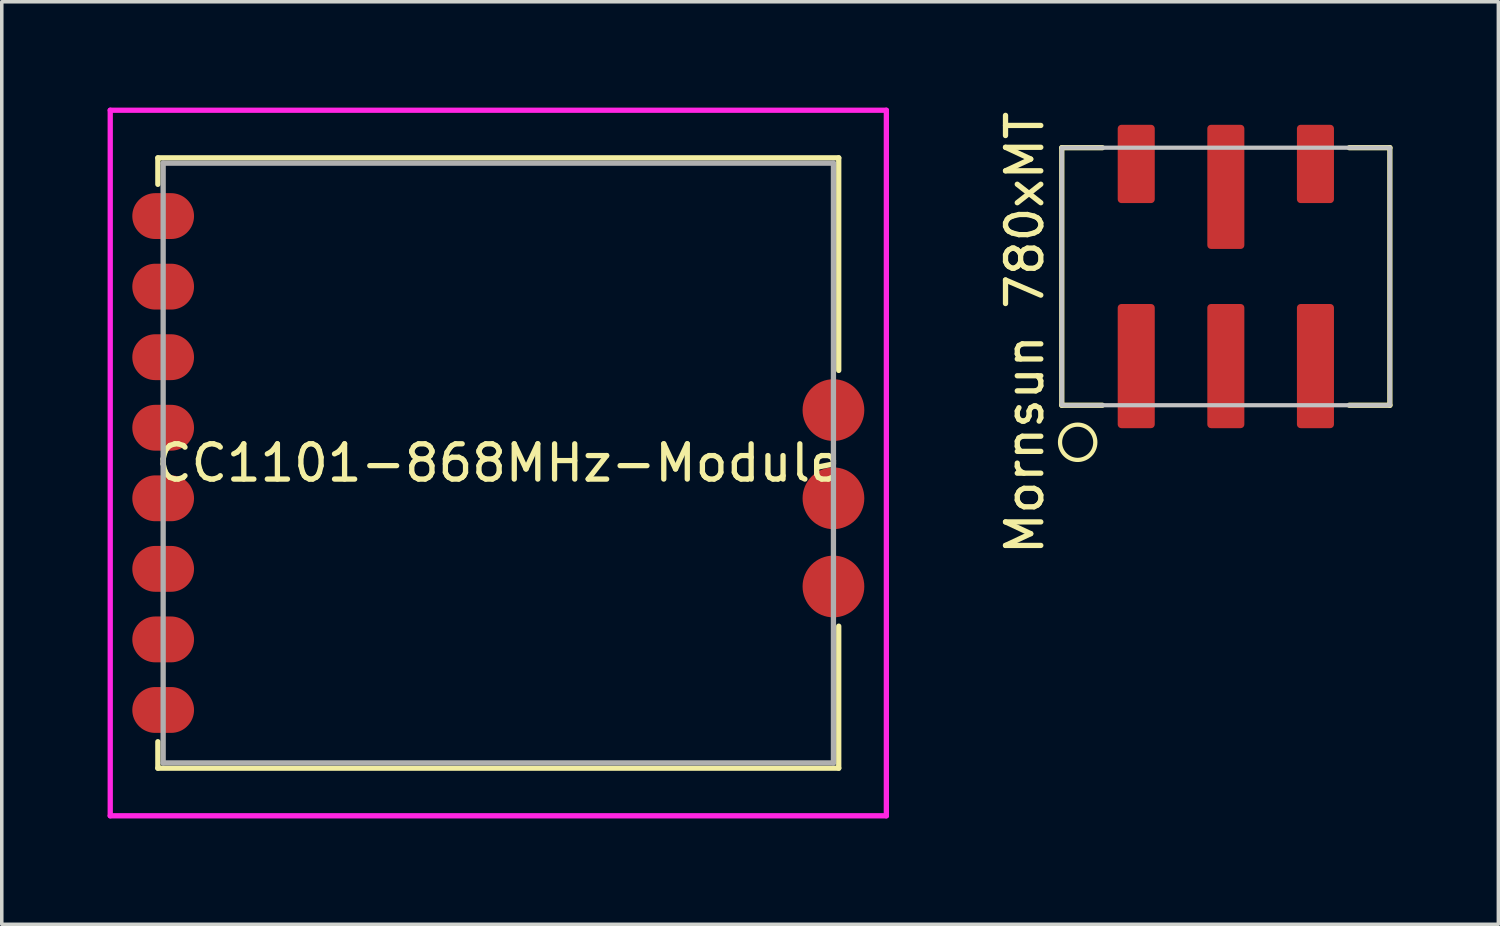
<source format=kicad_pcb>
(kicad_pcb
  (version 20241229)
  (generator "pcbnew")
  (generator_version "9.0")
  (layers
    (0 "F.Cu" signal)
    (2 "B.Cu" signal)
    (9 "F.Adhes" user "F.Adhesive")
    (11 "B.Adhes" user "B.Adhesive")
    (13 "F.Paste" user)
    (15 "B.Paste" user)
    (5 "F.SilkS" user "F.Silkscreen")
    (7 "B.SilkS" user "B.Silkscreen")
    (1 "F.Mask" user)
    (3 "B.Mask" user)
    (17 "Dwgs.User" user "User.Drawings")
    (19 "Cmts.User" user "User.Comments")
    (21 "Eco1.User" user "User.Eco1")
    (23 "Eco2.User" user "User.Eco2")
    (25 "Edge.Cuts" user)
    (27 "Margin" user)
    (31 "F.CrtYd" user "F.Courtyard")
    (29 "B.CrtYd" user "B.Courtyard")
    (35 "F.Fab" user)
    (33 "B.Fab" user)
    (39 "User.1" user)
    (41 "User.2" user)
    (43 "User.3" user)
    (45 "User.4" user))
  (footprint "Mornsun 780xMT"
    (layer "F.Cu")
    (at 31.698 4.787)
    (property "Reference" "Mornsun 780xMT" (at -5.7 1.6 90) (unlocked yes) (layer "F.SilkS") (effects (font (size 1 1) (thickness 0.15))))
    (attr smd)
    (fp_line (start -4.65 -3.65) (end -4.65 3.65) (stroke (width 0.15) (type solid)) (layer "F.SilkS"))
    (fp_line (start -4.65 3.65) (end -3.5 3.65) (stroke (width 0.15) (type solid)) (layer "F.SilkS"))
    (fp_line (start -3.5 -3.65) (end -4.65 -3.65) (stroke (width 0.15) (type solid)) (layer "F.SilkS"))
    (fp_line (start 3.5 3.65) (end 4.65 3.65) (stroke (width 0.15) (type solid)) (layer "F.SilkS"))
    (fp_line (start 4.65 -3.65) (end 3.5 -3.65) (stroke (width 0.15) (type solid)) (layer "F.SilkS"))
    (fp_line (start 4.65 3.65) (end 4.65 -3.65) (stroke (width 0.15) (type solid)) (layer "F.SilkS"))
    (fp_circle (center -4.2 4.7) (end -3.7 4.7) (stroke (width 0.12) (type solid)) (fill no) (layer "F.SilkS"))
    (fp_rect (start -4.65 -3.65) (end 4.65 3.65) (stroke (width 0.12) (type solid)) (fill no) (layer "Dwgs.User"))
    (pad "1" smd roundrect (at -2.54 2.54) (size 1.05 3.52) (layers "F.Cu" "F.Mask" "F.Paste") (roundrect_rratio 0.1))
    (pad "2" smd roundrect (at 0 2.54) (size 1.05 3.52) (layers "F.Cu" "F.Mask" "F.Paste") (roundrect_rratio 0.1))
    (pad "3" smd roundrect (at 2.54 2.54) (size 1.05 3.52) (layers "F.Cu" "F.Mask" "F.Paste") (roundrect_rratio 0.1))
    (pad "4" smd roundrect (at 2.54 -3.19) (size 1.05 2.22) (layers "F.Cu" "F.Mask" "F.Paste") (roundrect_rratio 0.1))
    (pad "5" smd roundrect (at 0 -2.54) (size 1.05 3.52) (layers "F.Cu" "F.Mask" "F.Paste") (roundrect_rratio 0.1))
    (pad "6" smd roundrect (at -2.54 -3.19) (size 1.05 2.22) (layers "F.Cu" "F.Mask" "F.Paste") (roundrect_rratio 0.1)))
  (footprint "CC1101-868MHz-Module"
    (layer "F.Cu")
    (at 11.075 10.075)
    (property "Reference" "CC1101-868MHz-Module" (at 0 0 0) (layer "F.SilkS") (effects (font (size 1 1) (thickness 0.15))))
    (attr through_hole)
    (fp_line (start -9.65 -8.65) (end 9.65 -8.65) (stroke (width 0.15) (type solid)) (layer "F.SilkS"))
    (fp_line (start -9.65 -7.9) (end -9.65 -8.65) (stroke (width 0.15) (type solid)) (layer "F.SilkS"))
    (fp_line (start -9.65 8.65) (end -9.65 7.9) (stroke (width 0.15) (type solid)) (layer "F.SilkS"))
    (fp_line (start 9.65 -8.65) (end 9.65 -2.625) (stroke (width 0.15) (type solid)) (layer "F.SilkS"))
    (fp_line (start 9.65 4.625) (end 9.65 8.65) (stroke (width 0.15) (type solid)) (layer "F.SilkS"))
    (fp_line (start 9.65 8.65) (end -9.65 8.65) (stroke (width 0.15) (type solid)) (layer "F.SilkS"))
    (fp_line (start -11 -10) (end 11 -10) (stroke (width 0.15) (type solid)) (layer "F.CrtYd"))
    (fp_line (start -11 10) (end -11 -10) (stroke (width 0.15) (type solid)) (layer "F.CrtYd"))
    (fp_line (start 11 -10) (end 11 10) (stroke (width 0.15) (type solid)) (layer "F.CrtYd"))
    (fp_line (start 11 10) (end -11 10) (stroke (width 0.15) (type solid)) (layer "F.CrtYd"))
    (fp_line (start -9.5 -8.5) (end 9.5 -8.5) (stroke (width 0.15) (type solid)) (layer "F.Fab"))
    (fp_line (start -9.5 8.5) (end -9.5 -8.5) (stroke (width 0.15) (type solid)) (layer "F.Fab"))
    (fp_line (start 9.5 -8.5) (end 9.5 8.5) (stroke (width 0.15) (type solid)) (layer "F.Fab"))
    (fp_line (start 9.5 8.5) (end -9.5 8.5) (stroke (width 0.15) (type solid)) (layer "F.Fab"))
    (pad "1" smd oval (at -9.5 -7) (size 1.75 1.3) (layers "F.Cu" "F.Mask" "F.Paste"))
    (pad "2" smd oval (at -9.5 -5) (size 1.75 1.3) (layers "F.Cu" "F.Mask" "F.Paste"))
    (pad "3" smd oval (at -9.5 -3) (size 1.75 1.3) (layers "F.Cu" "F.Mask" "F.Paste"))
    (pad "4" smd oval (at -9.5 -1) (size 1.75 1.3) (layers "F.Cu" "F.Mask" "F.Paste"))
    (pad "5" smd oval (at -9.5 1) (size 1.75 1.3) (layers "F.Cu" "F.Mask" "F.Paste"))
    (pad "6" smd oval (at -9.5 3) (size 1.75 1.3) (layers "F.Cu" "F.Mask" "F.Paste"))
    (pad "7" smd oval (at -9.5 5) (size 1.75 1.3) (layers "F.Cu" "F.Mask" "F.Paste"))
    (pad "8" smd oval (at -9.5 7) (size 1.75 1.3) (layers "F.Cu" "F.Mask" "F.Paste"))
    (pad "9" smd circle (at 9.5 3.5) (size 1.75 1.75) (layers "F.Cu" "F.Mask" "F.Paste"))
    (pad "10" smd circle (at 9.5 1) (size 1.75 1.75) (layers "F.Cu" "F.Mask" "F.Paste"))
    (pad "11" smd circle (at 9.5 -1.5) (size 1.75 1.75) (layers "F.Cu" "F.Mask" "F.Paste")))
  (gr_rect
    (start -3 -3)
    (end 39.423 23.15)
    (stroke (width 0.1) (type default))
    (fill no)
    (layer "Edge.Cuts")))
</source>
